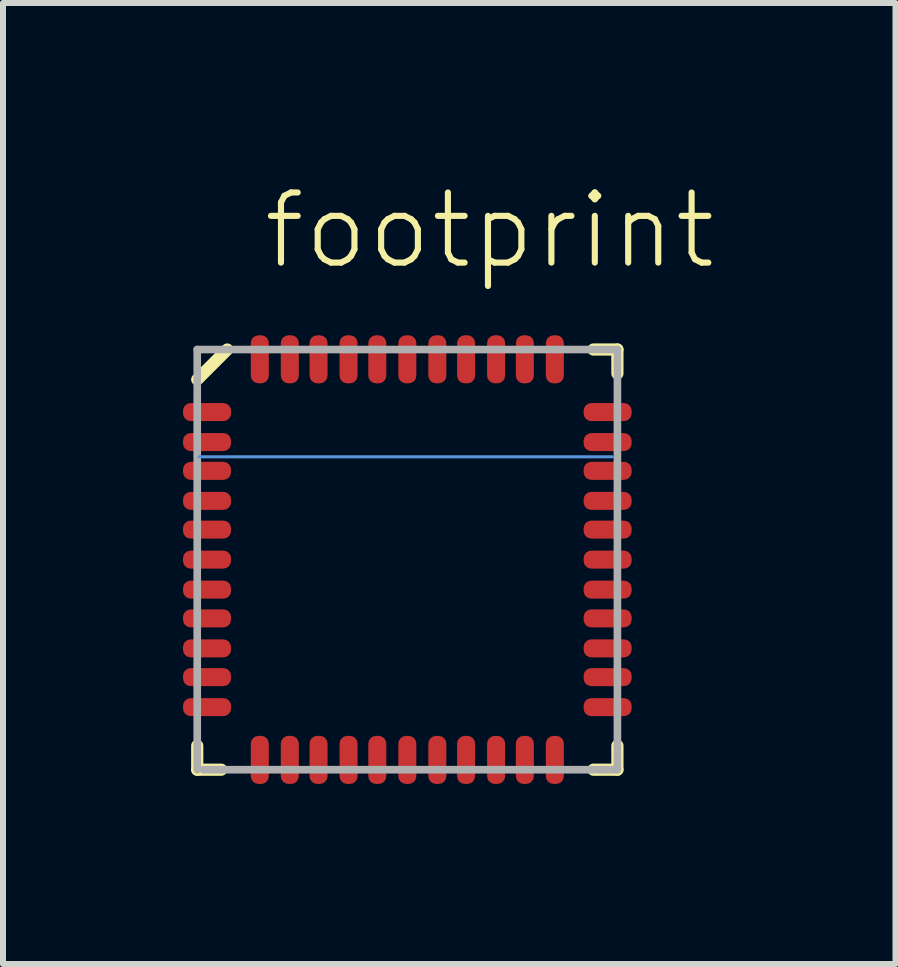
<source format=kicad_pcb>
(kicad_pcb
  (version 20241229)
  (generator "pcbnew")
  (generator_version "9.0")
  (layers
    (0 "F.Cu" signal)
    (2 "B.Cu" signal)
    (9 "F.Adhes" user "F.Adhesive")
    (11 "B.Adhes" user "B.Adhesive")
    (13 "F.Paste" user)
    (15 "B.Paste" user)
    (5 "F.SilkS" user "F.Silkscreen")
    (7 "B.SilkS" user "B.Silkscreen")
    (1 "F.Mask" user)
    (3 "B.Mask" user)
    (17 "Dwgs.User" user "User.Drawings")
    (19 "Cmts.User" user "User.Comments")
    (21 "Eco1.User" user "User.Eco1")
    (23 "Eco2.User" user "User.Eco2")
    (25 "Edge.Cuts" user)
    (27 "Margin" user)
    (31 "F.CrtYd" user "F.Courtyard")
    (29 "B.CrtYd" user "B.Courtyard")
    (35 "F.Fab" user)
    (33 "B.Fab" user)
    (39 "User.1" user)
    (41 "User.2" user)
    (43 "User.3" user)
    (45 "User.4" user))
  (footprint "footprint"
    (layer "F.Cu")
    (at 3.736 6.273)
    (property "Reference" "footprint" (at -2.45 -4.8 0) (layer "F.SilkS") (effects (font (size 1.168 1.168) (thickness 0.102)) (justify left bottom)))
    (fp_line (start -3.5 3.5) (end -3.5 3.1) (stroke (width 0.203) (type solid)) (layer "F.SilkS"))
    (fp_line (start -3.1 3.5) (end -3.5 3.5) (stroke (width 0.203) (type solid)) (layer "F.SilkS"))
    (fp_line (start -3 -3.5) (end -3.5 -3) (stroke (width 0.203) (type solid)) (layer "F.SilkS"))
    (fp_line (start 3.1 3.5) (end 3.5 3.5) (stroke (width 0.203) (type solid)) (layer "F.SilkS"))
    (fp_line (start 3.5 -3.5) (end 3.1 -3.5) (stroke (width 0.203) (type solid)) (layer "F.SilkS"))
    (fp_line (start 3.5 -3.1) (end 3.5 -3.5) (stroke (width 0.203) (type solid)) (layer "F.SilkS"))
    (fp_line (start 3.5 3.1) (end 3.5 3.5) (stroke (width 0.203) (type solid)) (layer "F.SilkS"))
    (fp_line (start -3.47 -1.713) (end 3.414 -1.713) (stroke (width 0.051) (type solid)) (layer "Cmts.User"))
    (fp_line (start -3.5 -3.5) (end -3.5 3.5) (stroke (width 0.127) (type solid)) (layer "F.Fab"))
    (fp_line (start -3.4 3.5) (end 3.5 3.5) (stroke (width 0.127) (type solid)) (layer "F.Fab"))
    (fp_line (start 3.5 -3.5) (end -3.5 -3.5) (stroke (width 0.127) (type solid)) (layer "F.Fab"))
    (fp_line (start 3.5 3.5) (end 3.5 -3.5) (stroke (width 0.127) (type solid)) (layer "F.Fab"))
    (pad "1" smd roundrect (at -3.337 -2.458 180) (size 0.8 0.3) (layers "F.Cu" "F.Mask" "F.Paste") (roundrect_rratio 0.425))
    (pad "2" smd roundrect (at -3.337 -1.958 180) (size 0.8 0.3) (layers "F.Cu" "F.Mask" "F.Paste") (roundrect_rratio 0.425))
    (pad "3" smd roundrect (at -3.337 -1.479 180) (size 0.8 0.3) (layers "F.Cu" "F.Mask" "F.Paste") (roundrect_rratio 0.425))
    (pad "4" smd roundrect (at -3.337 -0.979 180) (size 0.8 0.3) (layers "F.Cu" "F.Mask" "F.Paste") (roundrect_rratio 0.425))
    (pad "5" smd roundrect (at -3.337 -0.5 180) (size 0.8 0.3) (layers "F.Cu" "F.Mask" "F.Paste") (roundrect_rratio 0.425))
    (pad "6" smd roundrect (at -3.337 0 180) (size 0.8 0.3) (layers "F.Cu" "F.Mask" "F.Paste") (roundrect_rratio 0.425))
    (pad "7" smd roundrect (at -3.337 0.5) (size 0.8 0.3) (layers "F.Cu" "F.Mask" "F.Paste") (roundrect_rratio 0.425))
    (pad "8" smd roundrect (at -3.337 0.979) (size 0.8 0.3) (layers "F.Cu" "F.Mask" "F.Paste") (roundrect_rratio 0.425))
    (pad "9" smd roundrect (at -3.337 1.479) (size 0.8 0.3) (layers "F.Cu" "F.Mask" "F.Paste") (roundrect_rratio 0.425))
    (pad "10" smd roundrect (at -3.337 1.958) (size 0.8 0.3) (layers "F.Cu" "F.Mask" "F.Paste") (roundrect_rratio 0.425))
    (pad "11" smd roundrect (at -3.337 2.458) (size 0.8 0.3) (layers "F.Cu" "F.Mask" "F.Paste") (roundrect_rratio 0.425))
    (pad "12" smd roundrect (at -2.458 3.337 270) (size 0.8 0.3) (layers "F.Cu" "F.Mask" "F.Paste") (roundrect_rratio 0.425))
    (pad "13" smd roundrect (at -1.958 3.337 270) (size 0.8 0.3) (layers "F.Cu" "F.Mask" "F.Paste") (roundrect_rratio 0.425))
    (pad "14" smd roundrect (at -1.479 3.337 270) (size 0.8 0.3) (layers "F.Cu" "F.Mask" "F.Paste") (roundrect_rratio 0.425))
    (pad "15" smd roundrect (at -0.979 3.337 270) (size 0.8 0.3) (layers "F.Cu" "F.Mask" "F.Paste") (roundrect_rratio 0.425))
    (pad "16" smd roundrect (at -0.5 3.337 270) (size 0.8 0.3) (layers "F.Cu" "F.Mask" "F.Paste") (roundrect_rratio 0.425))
    (pad "17" smd roundrect (at 0 3.337 270) (size 0.8 0.3) (layers "F.Cu" "F.Mask" "F.Paste") (roundrect_rratio 0.425))
    (pad "18" smd roundrect (at 0.5 3.337 90) (size 0.8 0.3) (layers "F.Cu" "F.Mask" "F.Paste") (roundrect_rratio 0.425))
    (pad "19" smd roundrect (at 0.979 3.337 90) (size 0.8 0.3) (layers "F.Cu" "F.Mask" "F.Paste") (roundrect_rratio 0.425))
    (pad "20" smd roundrect (at 1.479 3.337 90) (size 0.8 0.3) (layers "F.Cu" "F.Mask" "F.Paste") (roundrect_rratio 0.425))
    (pad "21" smd roundrect (at 1.958 3.337 90) (size 0.8 0.3) (layers "F.Cu" "F.Mask" "F.Paste") (roundrect_rratio 0.425))
    (pad "22" smd roundrect (at 2.458 3.337 90) (size 0.8 0.3) (layers "F.Cu" "F.Mask" "F.Paste") (roundrect_rratio 0.425))
    (pad "23" smd roundrect (at 3.337 2.458) (size 0.8 0.3) (layers "F.Cu" "F.Mask" "F.Paste") (roundrect_rratio 0.425))
    (pad "24" smd roundrect (at 3.337 1.958) (size 0.8 0.3) (layers "F.Cu" "F.Mask" "F.Paste") (roundrect_rratio 0.425))
    (pad "25" smd roundrect (at 3.337 1.479) (size 0.8 0.3) (layers "F.Cu" "F.Mask" "F.Paste") (roundrect_rratio 0.425))
    (pad "26" smd roundrect (at 3.337 0.979) (size 0.8 0.3) (layers "F.Cu" "F.Mask" "F.Paste") (roundrect_rratio 0.425))
    (pad "27" smd roundrect (at 3.337 0.5) (size 0.8 0.3) (layers "F.Cu" "F.Mask" "F.Paste") (roundrect_rratio 0.425))
    (pad "28" smd roundrect (at 3.337 0) (size 0.8 0.3) (layers "F.Cu" "F.Mask" "F.Paste") (roundrect_rratio 0.425))
    (pad "29" smd roundrect (at 3.337 -0.5 180) (size 0.8 0.3) (layers "F.Cu" "F.Mask" "F.Paste") (roundrect_rratio 0.425))
    (pad "30" smd roundrect (at 3.337 -0.979 180) (size 0.8 0.3) (layers "F.Cu" "F.Mask" "F.Paste") (roundrect_rratio 0.425))
    (pad "31" smd roundrect (at 3.337 -1.479 180) (size 0.8 0.3) (layers "F.Cu" "F.Mask" "F.Paste") (roundrect_rratio 0.425))
    (pad "32" smd roundrect (at 3.337 -1.958 180) (size 0.8 0.3) (layers "F.Cu" "F.Mask" "F.Paste") (roundrect_rratio 0.425))
    (pad "33" smd roundrect (at 3.337 -2.458 180) (size 0.8 0.3) (layers "F.Cu" "F.Mask" "F.Paste") (roundrect_rratio 0.425))
    (pad "34" smd roundrect (at 2.458 -3.337 90) (size 0.8 0.3) (layers "F.Cu" "F.Mask" "F.Paste") (roundrect_rratio 0.425))
    (pad "35" smd roundrect (at 1.958 -3.337 90) (size 0.8 0.3) (layers "F.Cu" "F.Mask" "F.Paste") (roundrect_rratio 0.425))
    (pad "36" smd roundrect (at 1.479 -3.337 90) (size 0.8 0.3) (layers "F.Cu" "F.Mask" "F.Paste") (roundrect_rratio 0.425))
    (pad "37" smd roundrect (at 0.979 -3.337 90) (size 0.8 0.3) (layers "F.Cu" "F.Mask" "F.Paste") (roundrect_rratio 0.425))
    (pad "38" smd roundrect (at 0.5 -3.337 90) (size 0.8 0.3) (layers "F.Cu" "F.Mask" "F.Paste") (roundrect_rratio 0.425))
    (pad "39" smd roundrect (at 0 -3.337 90) (size 0.8 0.3) (layers "F.Cu" "F.Mask" "F.Paste") (roundrect_rratio 0.425))
    (pad "40" smd roundrect (at -0.5 -3.337 270) (size 0.8 0.3) (layers "F.Cu" "F.Mask" "F.Paste") (roundrect_rratio 0.425))
    (pad "41" smd roundrect (at -0.979 -3.337 270) (size 0.8 0.3) (layers "F.Cu" "F.Mask" "F.Paste") (roundrect_rratio 0.425))
    (pad "42" smd roundrect (at -1.479 -3.337 270) (size 0.8 0.3) (layers "F.Cu" "F.Mask" "F.Paste") (roundrect_rratio 0.425))
    (pad "43" smd roundrect (at -1.958 -3.337 270) (size 0.8 0.3) (layers "F.Cu" "F.Mask" "F.Paste") (roundrect_rratio 0.425))
    (pad "44" smd roundrect (at -2.458 -3.337 270) (size 0.8 0.3) (layers "F.Cu" "F.Mask" "F.Paste") (roundrect_rratio 0.425)))
  (gr_rect
    (start -3 -3)
    (end 11.869 13.01)
    (stroke (width 0.1) (type default))
    (fill no)
    (layer "Edge.Cuts")))
</source>
